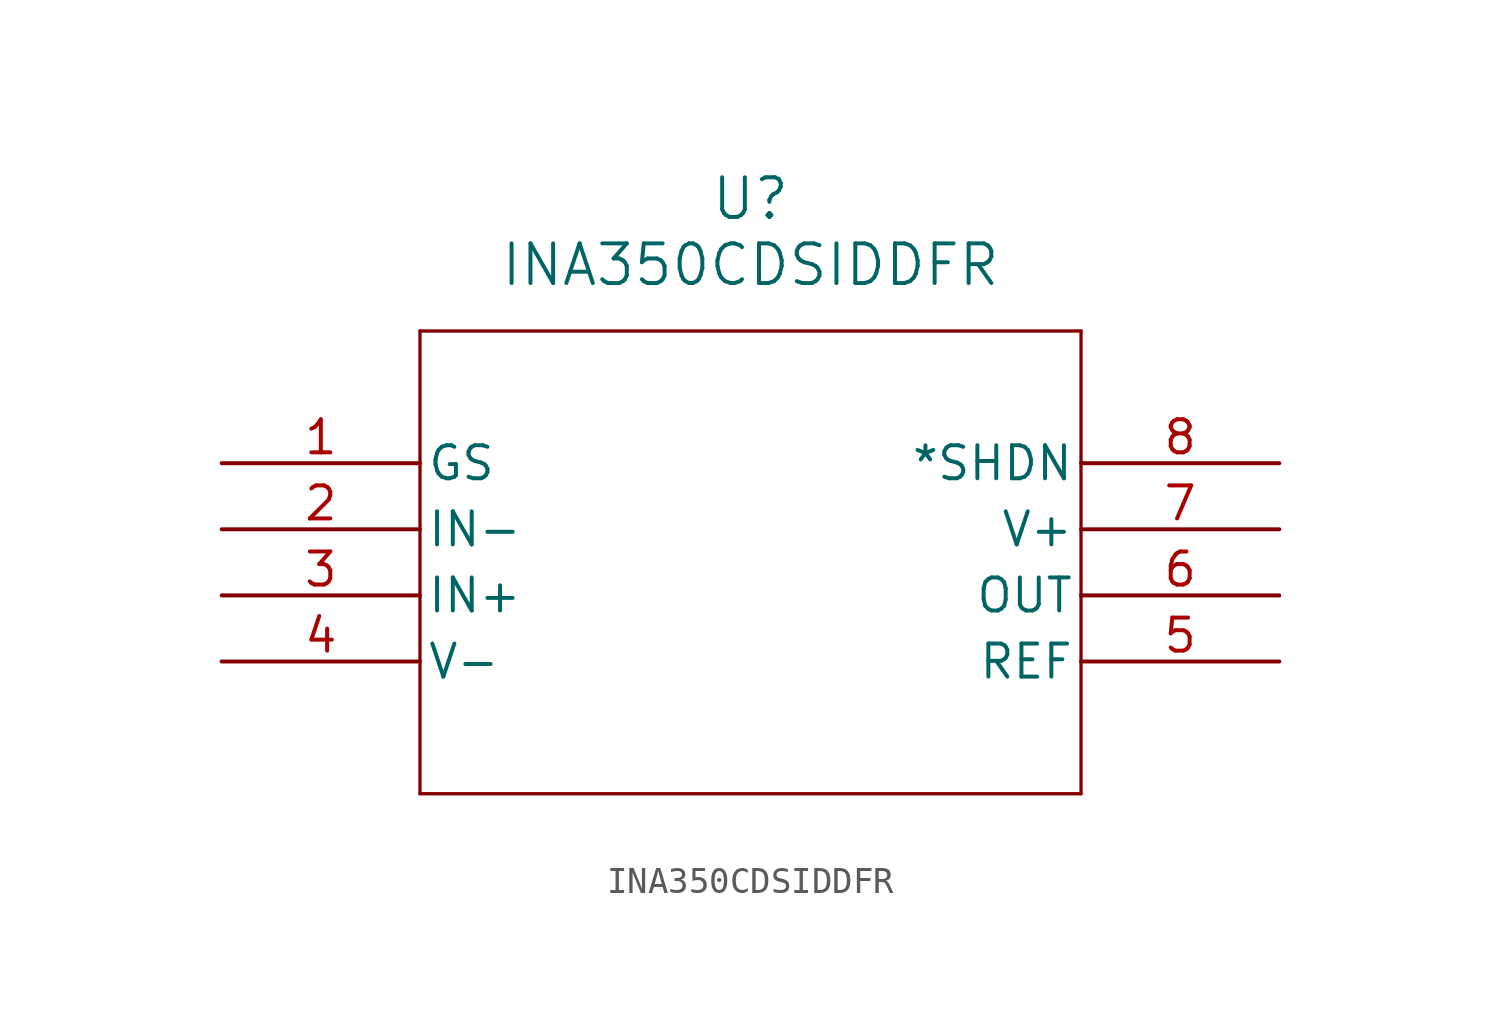
<source format=kicad_sym>
(kicad_symbol_lib
  (version 20211014)
  (generator kicad_symbol_editor)
  (symbol "INA350CDSIDDFR"
    (pin_names
      (offset 0.254))
    (property "Reference" "U"
      (at 20.32 10.16 0)
      (effects (font (size 1.524 1.524))))
    (property "Value" "INA350CDSIDDFR"
      (at 20.32 7.62 0)
      (effects (font (size 1.524 1.524))))
    (symbol "INA350CDSIDDFR_0_1"
      (polyline (pts (xy 7.62 5.08) (xy 7.62 -12.7)) (stroke (width 0.127) (type default) (color 0 0 0 0)) (fill (type none)))
      (polyline (pts (xy 7.62 -12.7) (xy 33.02 -12.7)) (stroke (width 0.127) (type default) (color 0 0 0 0)) (fill (type none)))
      (polyline (pts (xy 33.02 -12.7) (xy 33.02 5.08)) (stroke (width 0.127) (type default) (color 0 0 0 0)) (fill (type none)))
      (polyline (pts (xy 33.02 5.08) (xy 7.62 5.08)) (stroke (width 0.127) (type default) (color 0 0 0 0)) (fill (type none)))
      (pin unspecified line (at 0 0 0) (length 7.62) (name "GS" (effects (font (size 1.27 1.27)))) (number "1" (effects (font (size 1.27 1.27)))))
      (pin input line (at 0 -2.54 0) (length 7.62) (name "IN-" (effects (font (size 1.27 1.27)))) (number "2" (effects (font (size 1.27 1.27)))))
      (pin input line (at 0 -5.08 0) (length 7.62) (name "IN+" (effects (font (size 1.27 1.27)))) (number "3" (effects (font (size 1.27 1.27)))))
      (pin unspecified line (at 0 -7.62 0) (length 7.62) (name "V-" (effects (font (size 1.27 1.27)))) (number "4" (effects (font (size 1.27 1.27)))))
      (pin input line (at 40.64 -7.62 180) (length 7.62) (name "REF" (effects (font (size 1.27 1.27)))) (number "5" (effects (font (size 1.27 1.27)))))
      (pin output line (at 40.64 -5.08 180) (length 7.62) (name "OUT" (effects (font (size 1.27 1.27)))) (number "6" (effects (font (size 1.27 1.27)))))
      (pin power_in line (at 40.64 -2.54 180) (length 7.62) (name "V+" (effects (font (size 1.27 1.27)))) (number "7" (effects (font (size 1.27 1.27)))))
      (pin unspecified line (at 40.64 0 180) (length 7.62) (name "*SHDN" (effects (font (size 1.27 1.27)))) (number "8" (effects (font (size 1.27 1.27))))))))
</source>
